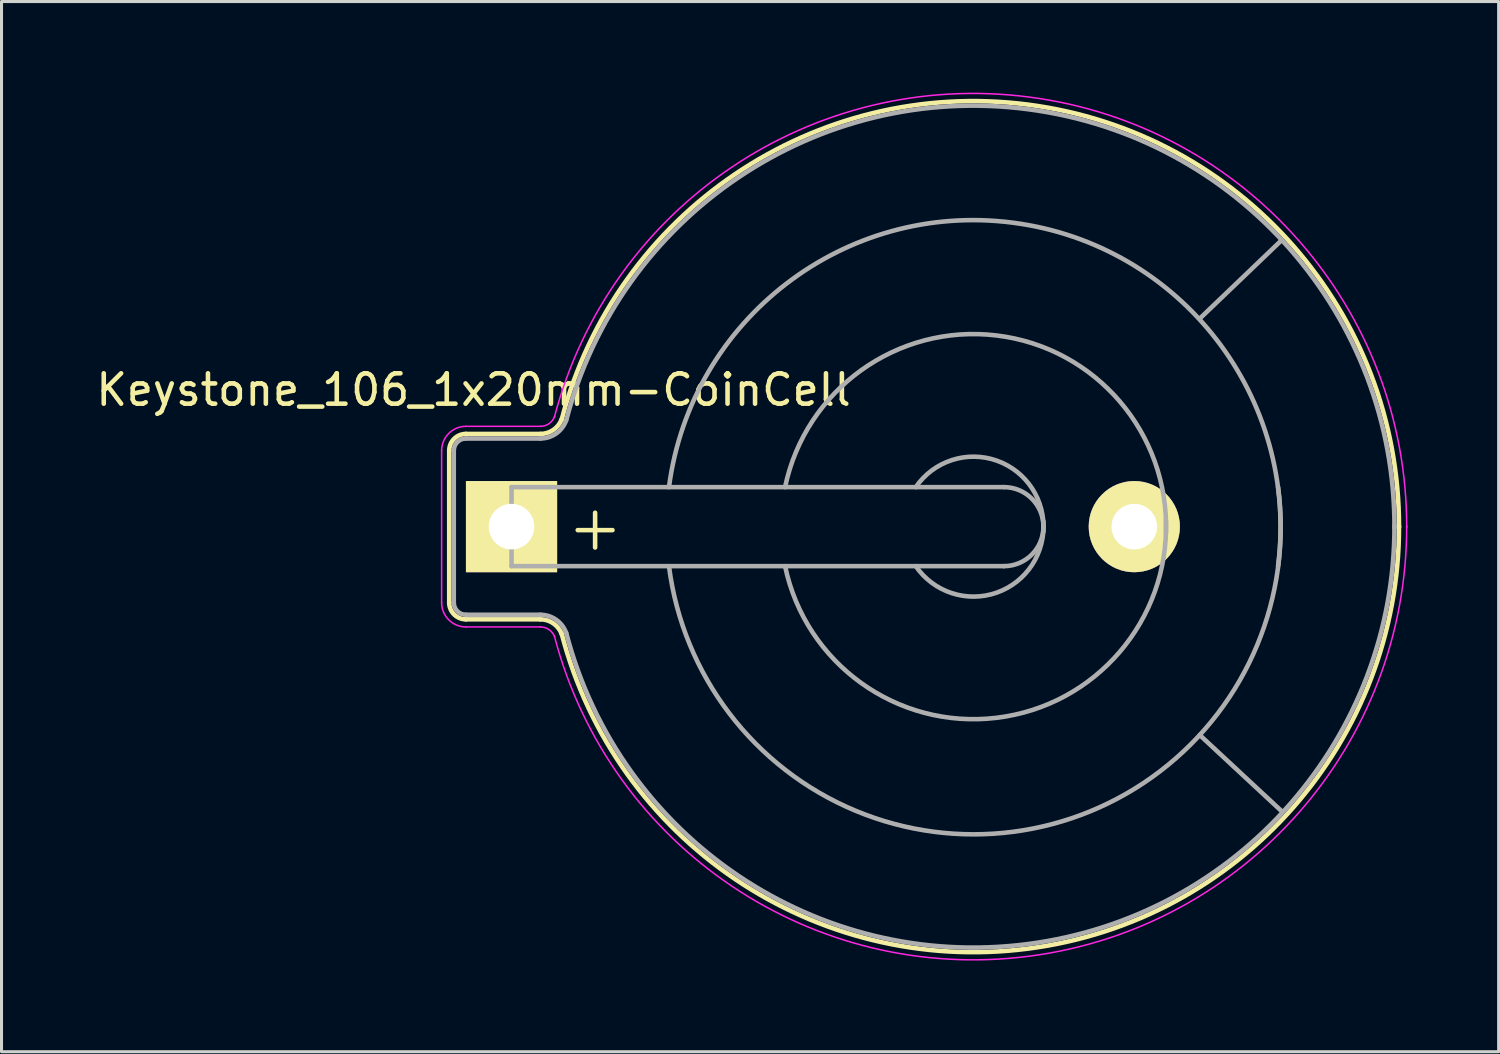
<source format=kicad_pcb>
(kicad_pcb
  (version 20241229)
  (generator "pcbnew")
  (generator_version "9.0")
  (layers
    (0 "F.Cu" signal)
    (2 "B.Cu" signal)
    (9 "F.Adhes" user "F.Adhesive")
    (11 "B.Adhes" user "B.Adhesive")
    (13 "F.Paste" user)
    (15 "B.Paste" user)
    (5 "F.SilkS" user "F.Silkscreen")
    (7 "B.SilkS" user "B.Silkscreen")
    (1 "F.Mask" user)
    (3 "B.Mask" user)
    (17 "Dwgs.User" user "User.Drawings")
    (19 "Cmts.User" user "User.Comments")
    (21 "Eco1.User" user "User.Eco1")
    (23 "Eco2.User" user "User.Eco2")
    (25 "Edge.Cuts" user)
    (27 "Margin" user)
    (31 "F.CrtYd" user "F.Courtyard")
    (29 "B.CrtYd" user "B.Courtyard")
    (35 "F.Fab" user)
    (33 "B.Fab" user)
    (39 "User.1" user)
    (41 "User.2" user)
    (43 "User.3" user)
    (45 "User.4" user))
  (footprint "Keystone_106_1x20mm-CoinCell"
    (layer "F.Cu")
    (at 13.78 14.277)
    (property "Reference" "Keystone_106_1x20mm-CoinCell" (at -1.25 -4.5 0) (layer "F.SilkS") (effects (font (size 1 1) (thickness 0.15))))
    (attr through_hole)
    (fp_line (start -2.05 -2.5) (end -2.05 2.5) (stroke (width 0.15) (type solid)) (layer "F.SilkS"))
    (fp_line (start -1.5 3.05) (end 0.95 3.05) (stroke (width 0.15) (type solid)) (layer "F.SilkS"))
    (fp_line (start 0.95 -3.05) (end -1.5 -3.05) (stroke (width 0.15) (type solid)) (layer "F.SilkS"))
    (fp_arc (start -2.05 -2.5) (mid -1.888909 -2.888909) (end -1.5 -3.05) (stroke (width 0.15) (type solid)) (layer "F.SilkS"))
    (fp_arc (start -1.5 3.05) (mid -1.888909 2.888909) (end -2.05 2.5) (stroke (width 0.15) (type solid)) (layer "F.SilkS"))
    (fp_arc (start 0.95 3.05) (mid 1.380182 3.185636) (end 1.654769 3.543485) (stroke (width 0.15) (type solid)) (layer "F.SilkS"))
    (fp_arc (start 1.65 -3.52) (mid 16.981862 -13.885887) (end 29.199738 0.015231) (stroke (width 0.15) (type solid)) (layer "F.SilkS"))
    (fp_arc (start 1.654769 -3.543485) (mid 1.380182 -3.185636) (end 0.95 -3.05) (stroke (width 0.15) (type solid)) (layer "F.SilkS"))
    (fp_arc (start 29.199738 -0.015231) (mid 16.981862 13.885887) (end 1.65 3.52) (stroke (width 0.15) (type solid)) (layer "F.SilkS"))
    (fp_line (start -2.3 -2.5) (end -2.3 2.5) (stroke (width 0.05) (type solid)) (layer "F.CrtYd"))
    (fp_line (start -1.5 3.3) (end 0.95 3.3) (stroke (width 0.05) (type solid)) (layer "F.CrtYd"))
    (fp_line (start 0.95 -3.3) (end -1.5 -3.3) (stroke (width 0.05) (type solid)) (layer "F.CrtYd"))
    (fp_arc (start -2.3 -2.5) (mid -2.065685 -3.065685) (end -1.5 -3.3) (stroke (width 0.05) (type solid)) (layer "F.CrtYd"))
    (fp_arc (start -1.5 3.3) (mid -2.065685 3.065685) (end -2.3 2.5) (stroke (width 0.05) (type solid)) (layer "F.CrtYd"))
    (fp_arc (start 0.95 3.3) (mid 1.236788 3.390424) (end 1.419846 3.62899) (stroke (width 0.05) (type solid)) (layer "F.CrtYd"))
    (fp_arc (start 1.41 -3.6) (mid 17.030934 -14.134065) (end 29.452124 0.032591) (stroke (width 0.05) (type solid)) (layer "F.CrtYd"))
    (fp_arc (start 1.419846 -3.62899) (mid 1.236788 -3.390424) (end 0.95 -3.3) (stroke (width 0.05) (type solid)) (layer "F.CrtYd"))
    (fp_arc (start 29.452124 -0.032591) (mid 17.030934 14.134065) (end 1.41 3.6) (stroke (width 0.05) (type solid)) (layer "F.CrtYd"))
    (fp_line (start -1.9 -2.5) (end -1.9 2.5) (stroke (width 0.15) (type solid)) (layer "F.Fab"))
    (fp_line (start -1.5 2.9) (end 0.95 2.9) (stroke (width 0.15) (type solid)) (layer "F.Fab"))
    (fp_line (start 0 -1.3) (end 0 1.3) (stroke (width 0.15) (type solid)) (layer "F.Fab"))
    (fp_line (start 0 1.3) (end 16.2 1.3) (stroke (width 0.15) (type solid)) (layer "F.Fab"))
    (fp_line (start 0.95 -2.9) (end -1.5 -2.9) (stroke (width 0.15) (type solid)) (layer "F.Fab"))
    (fp_line (start 16.2 -1.3) (end 0 -1.3) (stroke (width 0.15) (type solid)) (layer "F.Fab"))
    (fp_line (start 22.644 6.858) (end 25.35 9.373) (stroke (width 0.15) (type solid)) (layer "F.Fab"))
    (fp_line (start 22.657 -6.858) (end 25.342 -9.429) (stroke (width 0.15) (type solid)) (layer "F.Fab"))
    (fp_arc (start -1.9 -2.5) (mid -1.782843 -2.782843) (end -1.5 -2.9) (stroke (width 0.15) (type solid)) (layer "F.Fab"))
    (fp_arc (start -1.5 2.9) (mid -1.782843 2.782843) (end -1.9 2.5) (stroke (width 0.15) (type solid)) (layer "F.Fab"))
    (fp_arc (start 0.95 2.9) (mid 1.466219 3.062763) (end 1.795723 3.492182) (stroke (width 0.15) (type solid)) (layer "F.Fab"))
    (fp_arc (start 1.795723 -3.492182) (mid 1.466219 -3.062763) (end 0.95 -2.9) (stroke (width 0.15) (type solid)) (layer "F.Fab"))
    (fp_arc (start 1.8 -3.5) (mid 16.980951 -13.734563) (end 29.049508 0.033425) (stroke (width 0.15) (type solid)) (layer "F.Fab"))
    (fp_arc (start 5.18 -1.3) (mid 16.5 -10.02) (end 25.22 1.3) (stroke (width 0.15) (type solid)) (layer "F.Fab"))
    (fp_arc (start 9 -1.3) (mid 15.954687 -6.28971) (end 21.531551 0.203631) (stroke (width 0.15) (type solid)) (layer "F.Fab"))
    (fp_arc (start 13.3 -1.3) (mid 15.963947 -2.171724) (end 17.495448 0.175833) (stroke (width 0.15) (type solid)) (layer "F.Fab"))
    (fp_arc (start 16.2 -1.3) (mid 17.5 0) (end 16.2 1.3) (stroke (width 0.15) (type solid)) (layer "F.Fab"))
    (fp_arc (start 17.495448 -0.175833) (mid 15.963947 2.171724) (end 13.3 1.3) (stroke (width 0.15) (type solid)) (layer "F.Fab"))
    (fp_arc (start 21.531551 -0.203631) (mid 15.954687 6.28971) (end 9 1.3) (stroke (width 0.15) (type solid)) (layer "F.Fab"))
    (fp_arc (start 25.22 -1.3) (mid 16.5 10.02) (end 5.18 1.3) (stroke (width 0.15) (type solid)) (layer "F.Fab"))
    (fp_arc (start 29.049508 -0.033425) (mid 16.980951 13.734562) (end 1.8 3.5) (stroke (width 0.15) (type solid)) (layer "F.Fab"))
    (fp_text user "+" (at 2.75 0 0) (layer "F.SilkS") (effects (font (size 1.5 1.5) (thickness 0.15))))
    (pad "1" thru_hole rect (at 0 0) (size 3 3) (drill 1.5) (layers "*.Cu" "*.Mask" "F.SilkS"))
    (pad "2" thru_hole circle (at 20.49 0) (size 3 3) (drill 1.5) (layers "*.Cu" "*.Mask" "F.SilkS")))
  (gr_rect
    (start -3 -3)
    (end 46.257 31.554)
    (stroke (width 0.1) (type default))
    (fill no)
    (layer "Edge.Cuts")))
</source>
